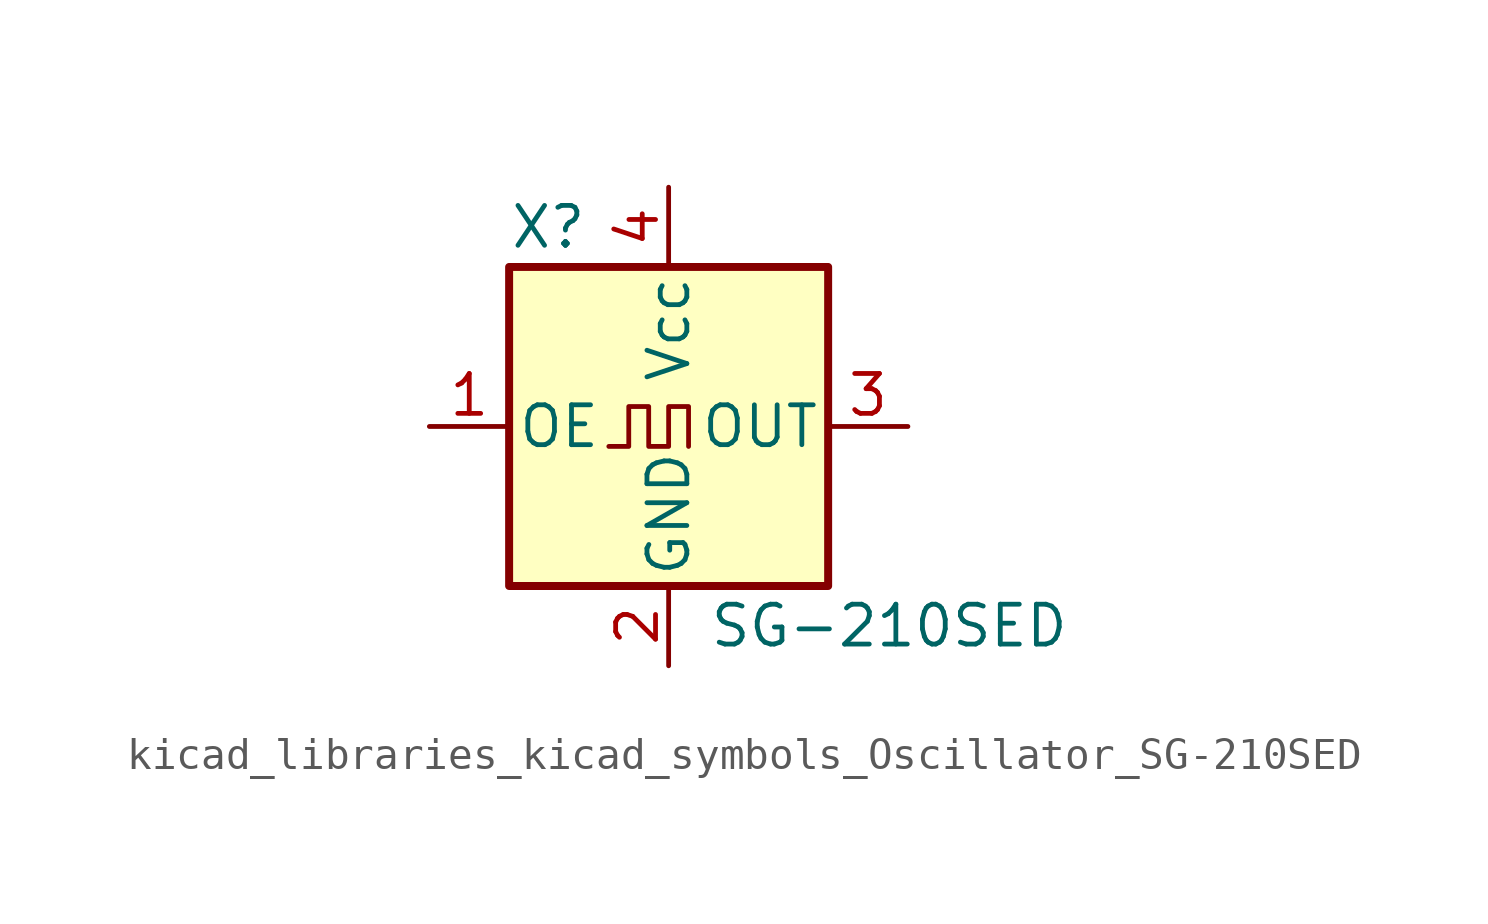
<source format=kicad_sym>
(kicad_symbol_lib
  (version 20220914)
  (generator kicad_symbol_editor)
  (symbol "kicad_libraries_kicad_symbols_Oscillator_SG-210SED"
    (pin_names
      (offset 0.254))
    (property "Reference" "X"
      (at -5.08 6.35 0)
      (effects (font (size 1.27 1.27)) (justify left)))
    (property "Value" "SG-210SED"
      (at 1.27 -6.35 0)
      (effects (font (size 1.27 1.27)) (justify left)))
    (symbol "kicad_libraries_kicad_symbols_Oscillator_SG-210SED_0_1"
      (rectangle (start -5.08 5.08) (end 5.08 -5.08) (stroke (width 0.254) (type default)) (fill (type background)))
      (polyline (pts (xy -1.905 -0.635) (xy -1.27 -0.635) (xy -1.27 0.635) (xy -0.635 0.635) (xy -0.635 -0.635) (xy 0 -0.635) (xy 0 0.635) (xy 0.635 0.635) (xy 0.635 -0.635)) (stroke (width 0) (type default)) (fill (type none))))
    (symbol "kicad_libraries_kicad_symbols_Oscillator_SG-210SED_1_1"
      (pin input line (at -7.62 0 0) (length 2.54) (name "OE" (effects (font (size 1.27 1.27)))) (number "1" (effects (font (size 1.27 1.27)))))
      (pin power_in line (at 0 -7.62 90) (length 2.54) (name "GND" (effects (font (size 1.27 1.27)))) (number "2" (effects (font (size 1.27 1.27)))))
      (pin output line (at 7.62 0 180) (length 2.54) (name "OUT" (effects (font (size 1.27 1.27)))) (number "3" (effects (font (size 1.27 1.27)))))
      (pin power_in line (at 0 7.62 270) (length 2.54) (name "Vcc" (effects (font (size 1.27 1.27)))) (number "4" (effects (font (size 1.27 1.27))))))))
</source>
